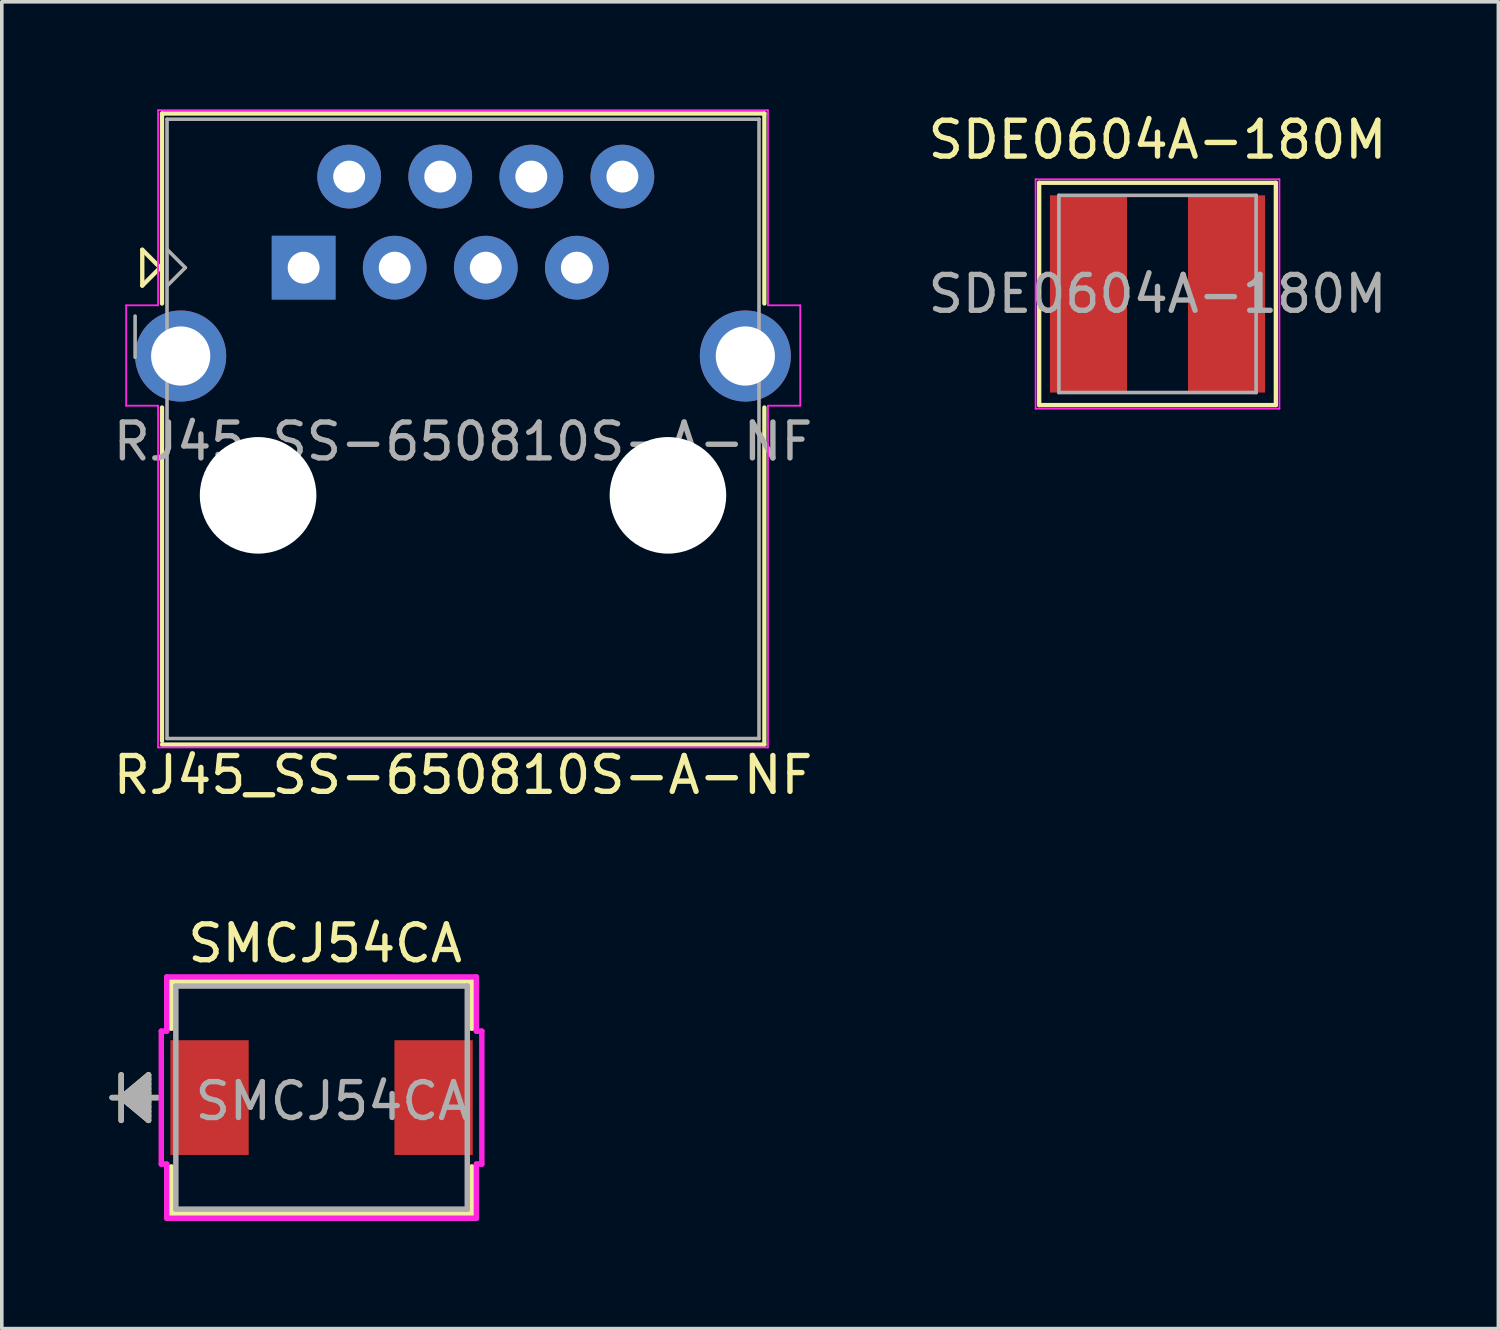
<source format=kicad_pcb>
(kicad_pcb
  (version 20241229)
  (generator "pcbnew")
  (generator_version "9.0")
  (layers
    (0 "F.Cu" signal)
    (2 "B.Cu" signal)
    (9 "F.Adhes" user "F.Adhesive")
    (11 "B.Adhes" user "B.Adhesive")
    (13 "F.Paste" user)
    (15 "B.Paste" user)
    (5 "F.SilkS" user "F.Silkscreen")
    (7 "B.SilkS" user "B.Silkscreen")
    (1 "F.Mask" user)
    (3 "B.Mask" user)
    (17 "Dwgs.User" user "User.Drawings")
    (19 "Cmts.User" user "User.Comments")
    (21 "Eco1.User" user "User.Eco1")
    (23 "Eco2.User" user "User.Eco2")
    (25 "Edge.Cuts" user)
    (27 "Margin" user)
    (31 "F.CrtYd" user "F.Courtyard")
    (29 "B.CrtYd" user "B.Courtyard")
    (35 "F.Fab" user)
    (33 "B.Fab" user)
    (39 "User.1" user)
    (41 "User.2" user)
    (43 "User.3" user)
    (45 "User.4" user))
  (footprint "SDE0604A-180M"
    (layer "F.Cu")
    (at 29.232 5.148)
    (property "Reference" "SDE0604A-180M" (at 0 -4.3 0) (layer "F.SilkS") (effects (font (size 1 1) (thickness 0.15))))
    (attr smd)
    (fp_line (start -3.3 -3.1) (end -3.3 3.1) (stroke (width 0.12) (type solid)) (layer "F.SilkS"))
    (fp_line (start -3.3 -3.1) (end 3.3 -3.1) (stroke (width 0.12) (type solid)) (layer "F.SilkS"))
    (fp_line (start -3.3 3.1) (end 3.3 3.1) (stroke (width 0.12) (type solid)) (layer "F.SilkS"))
    (fp_line (start 3.3 -3.1) (end 3.3 3.1) (stroke (width 0.12) (type solid)) (layer "F.SilkS"))
    (fp_line (start -3.4 -3.2) (end -3.4 3.2) (stroke (width 0.05) (type solid)) (layer "F.CrtYd"))
    (fp_line (start -3.4 -3.2) (end 3.4 -3.2) (stroke (width 0.05) (type solid)) (layer "F.CrtYd"))
    (fp_line (start -3.4 3.2) (end 3.4 3.2) (stroke (width 0.05) (type solid)) (layer "F.CrtYd"))
    (fp_line (start 3.4 -3.2) (end 3.4 3.2) (stroke (width 0.05) (type solid)) (layer "F.CrtYd"))
    (fp_line (start -2.75 -2.75) (end -2.75 2.75) (stroke (width 0.1) (type solid)) (layer "F.Fab"))
    (fp_line (start -2.75 -2.75) (end 2.75 -2.75) (stroke (width 0.1) (type solid)) (layer "F.Fab"))
    (fp_line (start -2.75 2.75) (end 2.75 2.75) (stroke (width 0.1) (type solid)) (layer "F.Fab"))
    (fp_line (start 2.75 -2.75) (end 2.75 2.75) (stroke (width 0.1) (type solid)) (layer "F.Fab"))
    (fp_text user "${REFERENCE}" (at 0 0 0) (layer "F.Fab") (effects (font (size 1 1) (thickness 0.15))))
    (pad "1" smd rect (at -1.925 0) (size 2.15 5.5) (layers "F.Cu" "F.Mask" "F.Paste"))
    (pad "2" smd rect (at 1.925 0) (size 2.15 5.5) (layers "F.Cu" "F.Mask" "F.Paste")))
  (footprint "SMCJ54CA"
    (layer "F.Cu")
    (at 5.918 27.561)
    (property "Reference" "SMCJ54CA" (at 0.1 -4.3 0) (layer "F.SilkS") (effects (font (size 1 1) (thickness 0.15))))
    (attr through_hole)
    (fp_line (start -5.588 -0.635) (end -5.588 0.635) (stroke (width 0.152) (type solid)) (layer "F.SilkS"))
    (fp_line (start -5.588 0) (end -4.826 -0.635) (stroke (width 0.152) (type solid)) (layer "F.SilkS"))
    (fp_line (start -5.588 0) (end -4.826 -0.508) (stroke (width 0.152) (type solid)) (layer "F.SilkS"))
    (fp_line (start -5.588 0) (end -4.826 -0.381) (stroke (width 0.152) (type solid)) (layer "F.SilkS"))
    (fp_line (start -5.588 0) (end -4.826 -0.254) (stroke (width 0.152) (type solid)) (layer "F.SilkS"))
    (fp_line (start -5.588 0) (end -4.826 -0.127) (stroke (width 0.152) (type solid)) (layer "F.SilkS"))
    (fp_line (start -5.588 0) (end -4.826 0.127) (stroke (width 0.152) (type solid)) (layer "F.SilkS"))
    (fp_line (start -5.588 0) (end -4.826 0.254) (stroke (width 0.152) (type solid)) (layer "F.SilkS"))
    (fp_line (start -5.588 0) (end -4.826 0.381) (stroke (width 0.152) (type solid)) (layer "F.SilkS"))
    (fp_line (start -5.588 0) (end -4.826 0.508) (stroke (width 0.152) (type solid)) (layer "F.SilkS"))
    (fp_line (start -5.588 0) (end -4.826 0.635) (stroke (width 0.152) (type solid)) (layer "F.SilkS"))
    (fp_line (start -4.826 -0.635) (end -4.826 0.635) (stroke (width 0.152) (type solid)) (layer "F.SilkS"))
    (fp_line (start -4.572 0) (end -5.842 0) (stroke (width 0.152) (type solid)) (layer "F.SilkS"))
    (fp_line (start -4.191 -3.239) (end -4.191 -1.933) (stroke (width 0.152) (type solid)) (layer "F.SilkS"))
    (fp_line (start -4.191 1.933) (end -4.191 3.239) (stroke (width 0.152) (type solid)) (layer "F.SilkS"))
    (fp_line (start -4.191 3.239) (end 4.191 3.239) (stroke (width 0.152) (type solid)) (layer "F.SilkS"))
    (fp_line (start 4.191 -3.239) (end -4.191 -3.239) (stroke (width 0.152) (type solid)) (layer "F.SilkS"))
    (fp_line (start 4.191 -1.933) (end 4.191 -3.239) (stroke (width 0.152) (type solid)) (layer "F.SilkS"))
    (fp_line (start 4.191 3.239) (end 4.191 1.933) (stroke (width 0.152) (type solid)) (layer "F.SilkS"))
    (fp_line (start -4.47 -1.854) (end -4.318 -1.854) (stroke (width 0.152) (type solid)) (layer "F.CrtYd"))
    (fp_line (start -4.47 1.854) (end -4.47 -1.854) (stroke (width 0.152) (type solid)) (layer "F.CrtYd"))
    (fp_line (start -4.318 -3.365) (end 4.318 -3.365) (stroke (width 0.152) (type solid)) (layer "F.CrtYd"))
    (fp_line (start -4.318 -1.854) (end -4.318 -3.365) (stroke (width 0.152) (type solid)) (layer "F.CrtYd"))
    (fp_line (start -4.318 1.854) (end -4.47 1.854) (stroke (width 0.152) (type solid)) (layer "F.CrtYd"))
    (fp_line (start -4.318 3.365) (end -4.318 1.854) (stroke (width 0.152) (type solid)) (layer "F.CrtYd"))
    (fp_line (start 4.318 -3.365) (end 4.318 -1.854) (stroke (width 0.152) (type solid)) (layer "F.CrtYd"))
    (fp_line (start 4.318 -1.854) (end 4.47 -1.854) (stroke (width 0.152) (type solid)) (layer "F.CrtYd"))
    (fp_line (start 4.318 1.854) (end 4.318 3.365) (stroke (width 0.152) (type solid)) (layer "F.CrtYd"))
    (fp_line (start 4.318 3.365) (end -4.318 3.365) (stroke (width 0.152) (type solid)) (layer "F.CrtYd"))
    (fp_line (start 4.47 -1.854) (end 4.47 1.854) (stroke (width 0.152) (type solid)) (layer "F.CrtYd"))
    (fp_line (start 4.47 1.854) (end 4.318 1.854) (stroke (width 0.152) (type solid)) (layer "F.CrtYd"))
    (fp_line (start -5.588 -0.635) (end -5.588 0.635) (stroke (width 0.152) (type solid)) (layer "F.Fab"))
    (fp_line (start -5.588 0) (end -4.826 -0.635) (stroke (width 0.152) (type solid)) (layer "F.Fab"))
    (fp_line (start -5.588 0) (end -4.826 -0.508) (stroke (width 0.152) (type solid)) (layer "F.Fab"))
    (fp_line (start -5.588 0) (end -4.826 -0.381) (stroke (width 0.152) (type solid)) (layer "F.Fab"))
    (fp_line (start -5.588 0) (end -4.826 -0.254) (stroke (width 0.152) (type solid)) (layer "F.Fab"))
    (fp_line (start -5.588 0) (end -4.826 -0.127) (stroke (width 0.152) (type solid)) (layer "F.Fab"))
    (fp_line (start -5.588 0) (end -4.826 0.127) (stroke (width 0.152) (type solid)) (layer "F.Fab"))
    (fp_line (start -5.588 0) (end -4.826 0.254) (stroke (width 0.152) (type solid)) (layer "F.Fab"))
    (fp_line (start -5.588 0) (end -4.826 0.381) (stroke (width 0.152) (type solid)) (layer "F.Fab"))
    (fp_line (start -5.588 0) (end -4.826 0.508) (stroke (width 0.152) (type solid)) (layer "F.Fab"))
    (fp_line (start -5.588 0) (end -4.826 0.635) (stroke (width 0.152) (type solid)) (layer "F.Fab"))
    (fp_line (start -4.826 -0.635) (end -4.826 0.635) (stroke (width 0.152) (type solid)) (layer "F.Fab"))
    (fp_line (start -4.572 0) (end -5.842 0) (stroke (width 0.152) (type solid)) (layer "F.Fab"))
    (fp_line (start -4.064 -3.111) (end -4.064 3.111) (stroke (width 0.152) (type solid)) (layer "F.Fab"))
    (fp_line (start -4.064 3.111) (end 4.064 3.111) (stroke (width 0.152) (type solid)) (layer "F.Fab"))
    (fp_line (start 4.064 -3.111) (end -4.064 -3.111) (stroke (width 0.152) (type solid)) (layer "F.Fab"))
    (fp_line (start 4.064 3.111) (end 4.064 -3.111) (stroke (width 0.152) (type solid)) (layer "F.Fab"))
    (fp_text user "${REFERENCE}" (at 0.3 0.1 0) (layer "F.Fab") (effects (font (size 1 1) (thickness 0.15))))
    (pad "1" smd rect (at -3.124 0 90) (size 3.2 2.184) (layers "F.Cu" "F.Mask" "F.Paste"))
    (pad "2" smd rect (at 3.124 0 90) (size 3.2 2.184) (layers "F.Cu" "F.Mask" "F.Paste")))
  (footprint "RJ45_SS-650810S-A-NF"
    (layer "F.Cu")
    (at 5.418 4.415)
    (property "Reference" "RJ45_SS-650810S-A-NF" (at 4.445 14.15 0) (layer "F.SilkS") (effects (font (size 1 1) (thickness 0.15))))
    (attr through_hole)
    (fp_line (start -4.5 -0.5) (end -4.5 0.5) (stroke (width 0.12) (type solid)) (layer "F.SilkS"))
    (fp_line (start -4.5 0.5) (end -4 0) (stroke (width 0.12) (type solid)) (layer "F.SilkS"))
    (fp_line (start -4 0) (end -4.5 -0.5) (stroke (width 0.12) (type solid)) (layer "F.SilkS"))
    (fp_line (start -3.95 -4.3) (end -3.95 1) (stroke (width 0.12) (type solid)) (layer "F.SilkS"))
    (fp_line (start -3.95 -4.3) (end 12.85 -4.3) (stroke (width 0.12) (type solid)) (layer "F.SilkS"))
    (fp_line (start -3.95 13.2) (end -3.95 3.9) (stroke (width 0.12) (type solid)) (layer "F.SilkS"))
    (fp_line (start -3.95 13.3) (end 12.85 13.3) (stroke (width 0.12) (type solid)) (layer "F.SilkS"))
    (fp_line (start 12.85 -4.3) (end 12.85 1) (stroke (width 0.12) (type solid)) (layer "F.SilkS"))
    (fp_line (start 12.85 13.3) (end 12.85 3.9) (stroke (width 0.12) (type solid)) (layer "F.SilkS"))
    (fp_line (start -4.95 3.85) (end -4.95 1.05) (stroke (width 0.05) (type solid)) (layer "F.CrtYd"))
    (fp_line (start -4.06 -4.39) (end 12.95 -4.39) (stroke (width 0.05) (type solid)) (layer "F.CrtYd"))
    (fp_line (start -4.06 1.05) (end -4.95 1.05) (stroke (width 0.05) (type solid)) (layer "F.CrtYd"))
    (fp_line (start -4.06 1.05) (end -4.06 -4.39) (stroke (width 0.05) (type solid)) (layer "F.CrtYd"))
    (fp_line (start -4.06 3.85) (end -4.95 3.85) (stroke (width 0.05) (type solid)) (layer "F.CrtYd"))
    (fp_line (start -4.06 13.38) (end -4.06 3.85) (stroke (width 0.05) (type solid)) (layer "F.CrtYd"))
    (fp_line (start 12.95 1.05) (end 12.95 -4.39) (stroke (width 0.05) (type solid)) (layer "F.CrtYd"))
    (fp_line (start 12.95 1.05) (end 13.85 1.05) (stroke (width 0.05) (type solid)) (layer "F.CrtYd"))
    (fp_line (start 12.95 3.85) (end 12.95 13.38) (stroke (width 0.05) (type solid)) (layer "F.CrtYd"))
    (fp_line (start 12.95 3.85) (end 13.85 3.85) (stroke (width 0.05) (type solid)) (layer "F.CrtYd"))
    (fp_line (start 12.95 13.38) (end -4.06 13.38) (stroke (width 0.05) (type solid)) (layer "F.CrtYd"))
    (fp_line (start 13.85 3.85) (end 13.85 1.05) (stroke (width 0.05) (type solid)) (layer "F.CrtYd"))
    (fp_line (start -4.7 2.5) (end -4.7 1.35) (stroke (width 0.1) (type solid)) (layer "F.Fab"))
    (fp_line (start -3.81 -4.14) (end -3.81 13.132) (stroke (width 0.1) (type solid)) (layer "F.Fab"))
    (fp_line (start -3.81 -4.14) (end 12.7 -4.14) (stroke (width 0.1) (type solid)) (layer "F.Fab"))
    (fp_line (start -3.81 13.132) (end 12.7 13.132) (stroke (width 0.1) (type solid)) (layer "F.Fab"))
    (fp_line (start -3.8 -0.5) (end -3.3 0) (stroke (width 0.1) (type solid)) (layer "F.Fab"))
    (fp_line (start -3.8 0.5) (end -3.3 0) (stroke (width 0.1) (type solid)) (layer "F.Fab"))
    (fp_line (start 12.7 -4.14) (end 12.7 13.132) (stroke (width 0.1) (type solid)) (layer "F.Fab"))
    (fp_text user "${REFERENCE}" (at 4.445 4.85 0) (layer "F.Fab") (effects (font (size 1 1) (thickness 0.15))))
    (pad "" np_thru_hole circle (at -1.27 6.35) (size 3.251 3.251) (drill 3.251) (layers "*.Cu" "*.Mask"))
    (pad "" np_thru_hole circle (at 10.16 6.35) (size 3.251 3.251) (drill 3.251) (layers "*.Cu" "*.Mask"))
    (pad "1" thru_hole rect (at 0 0) (size 1.778 1.778) (drill 0.889) (layers "*.Cu" "*.Mask"))
    (pad "2" thru_hole circle (at 1.27 -2.54) (size 1.778 1.778) (drill 0.889) (layers "*.Cu" "*.Mask"))
    (pad "3" thru_hole circle (at 2.54 0) (size 1.778 1.778) (drill 0.889) (layers "*.Cu" "*.Mask"))
    (pad "4" thru_hole circle (at 3.81 -2.54) (size 1.778 1.778) (drill 0.889) (layers "*.Cu" "*.Mask"))
    (pad "5" thru_hole circle (at 5.08 0) (size 1.778 1.778) (drill 0.889) (layers "*.Cu" "*.Mask"))
    (pad "6" thru_hole circle (at 6.35 -2.54) (size 1.778 1.778) (drill 0.889) (layers "*.Cu" "*.Mask"))
    (pad "7" thru_hole circle (at 7.62 0) (size 1.778 1.778) (drill 0.889) (layers "*.Cu" "*.Mask"))
    (pad "8" thru_hole circle (at 8.89 -2.54) (size 1.778 1.778) (drill 0.889) (layers "*.Cu" "*.Mask"))
    (pad "SH" thru_hole circle (at -3.429 2.464) (size 2.54 2.54) (drill 1.651) (layers "*.Cu" "*.Mask"))
    (pad "SH" thru_hole circle (at 12.319 2.464) (size 2.54 2.54) (drill 1.651) (layers "*.Cu" "*.Mask")))
  (gr_rect
    (start -3 -3)
    (end 38.738 34.003)
    (stroke (width 0.1) (type default))
    (fill no)
    (layer "Edge.Cuts")))
</source>
